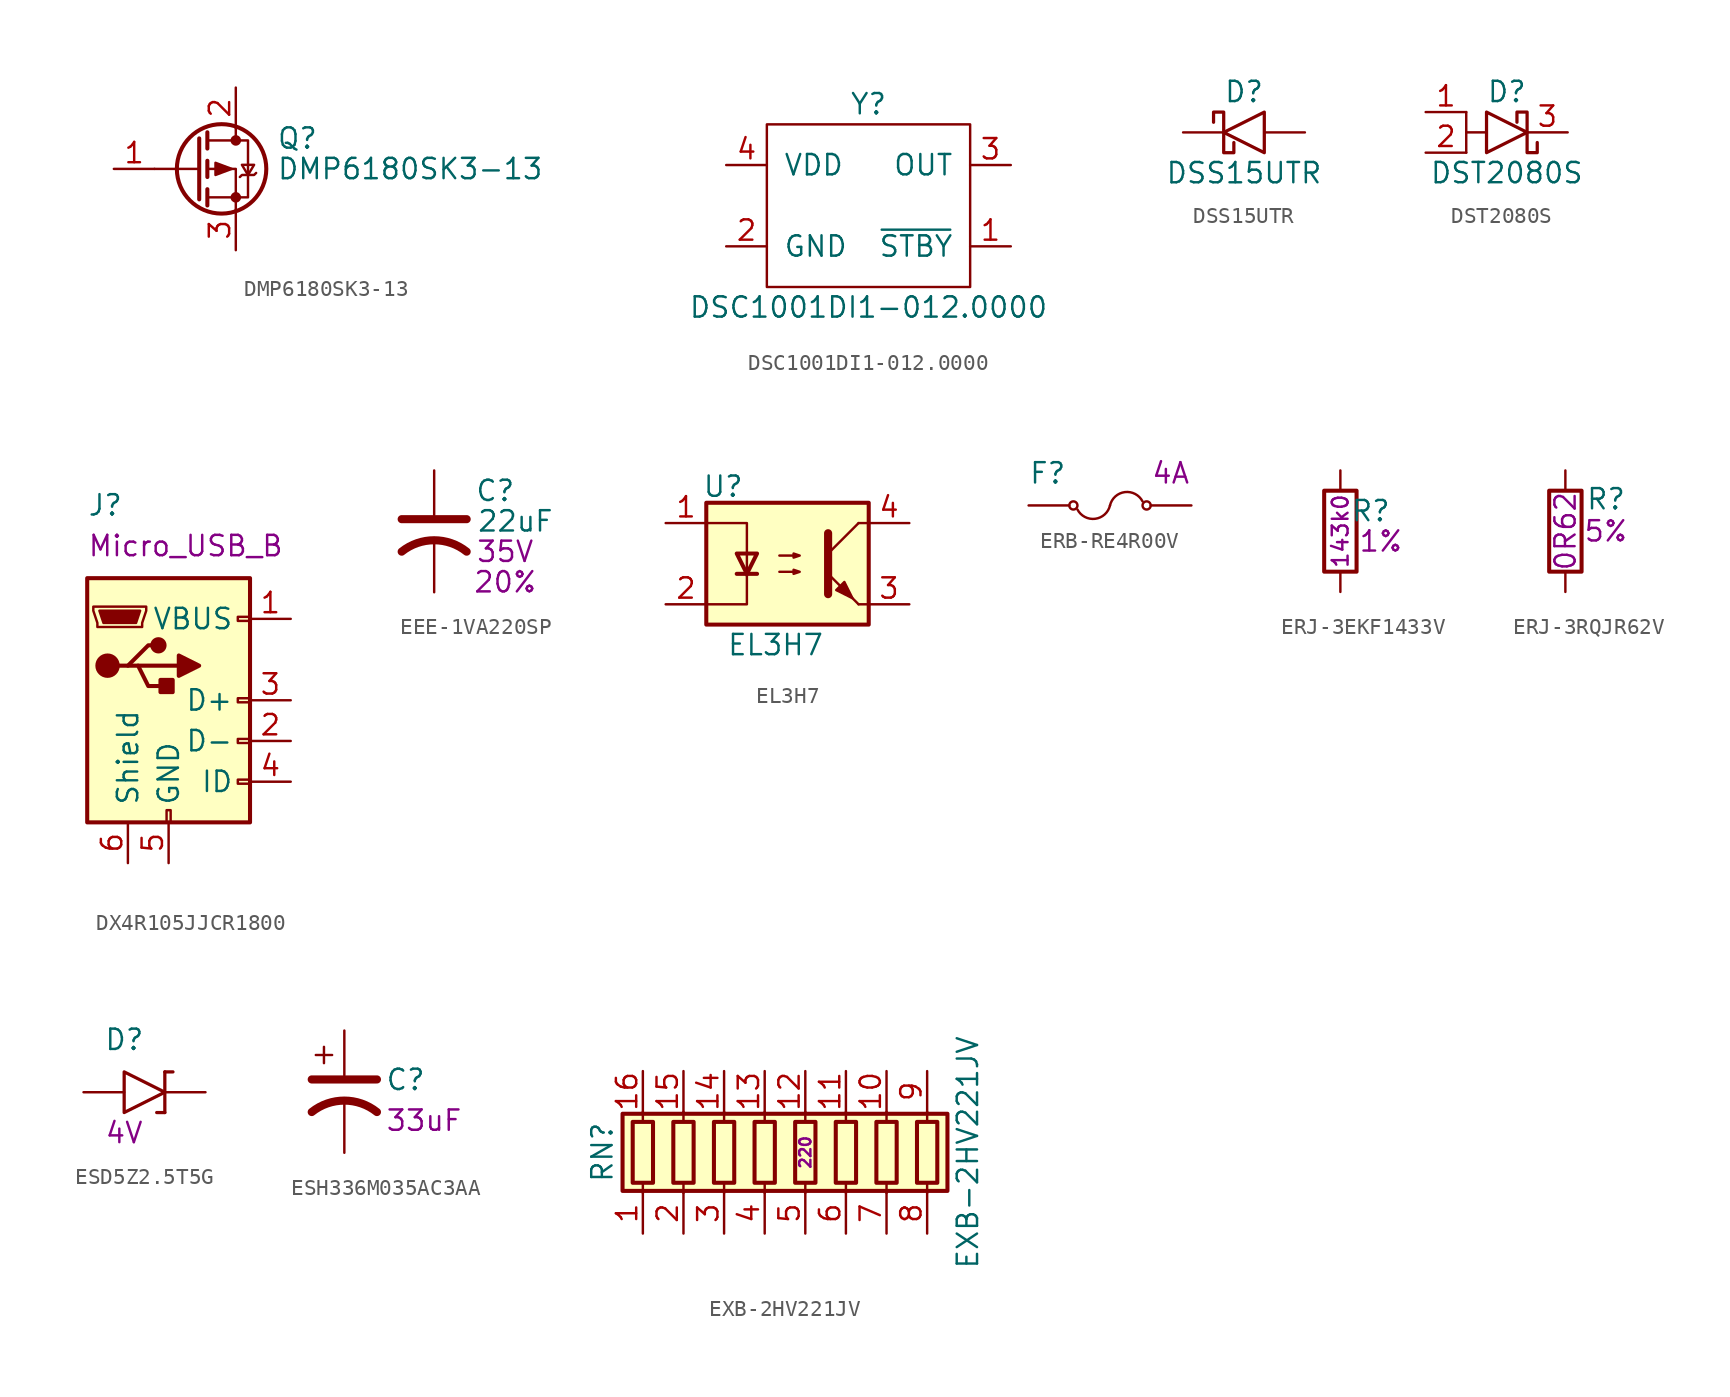
<source format=kicad_sym>
(kicad_symbol_lib
  (version 20210619)
  (generator kicad_symbol_editor)
  (symbol "custom:DMP6180SK3-13"
    (pin_names hide)
    (property "Reference" "Q"
      (at 5.08 1.905 0)
      (effects (font (size 1.27 1.27)) (justify left)))
    (property "Value" "DMP6180SK3-13"
      (at 5.08 0 0)
      (effects (font (size 1.27 1.27)) (justify left)))
    (symbol "DMP6180SK3-13_0_1"
      (circle (center 1.651 0) (radius 2.794) (stroke (width 0.254)) (fill (type none)))
      (circle (center 2.54 -1.778) (radius 0.254) (stroke (width 0)) (fill (type outline)))
      (circle (center 2.54 1.778) (radius 0.254) (stroke (width 0)) (fill (type outline)))
      (polyline (pts (xy 0.254 0) (xy -2.54 0)) (stroke (width 0)) (fill (type none)))
      (polyline (pts (xy 0.254 1.905) (xy 0.254 -1.905)) (stroke (width 0.254)) (fill (type none)))
      (polyline (pts (xy 0.762 -1.27) (xy 0.762 -2.286)) (stroke (width 0.254)) (fill (type none)))
      (polyline (pts (xy 0.762 0.508) (xy 0.762 -0.508)) (stroke (width 0.254)) (fill (type none)))
      (polyline (pts (xy 0.762 2.286) (xy 0.762 1.27)) (stroke (width 0.254)) (fill (type none)))
      (polyline (pts (xy 2.54 2.54) (xy 2.54 1.778)) (stroke (width 0)) (fill (type none)))
      (polyline (pts (xy 2.54 -2.54) (xy 2.54 0) (xy 0.762 0)) (stroke (width 0)) (fill (type none)))
      (polyline (pts (xy 0.762 1.778) (xy 3.302 1.778) (xy 3.302 -1.778) (xy 0.762 -1.778)) (stroke (width 0)) (fill (type none)))
      (polyline (pts (xy 2.794 -0.508) (xy 2.921 -0.381) (xy 3.683 -0.381) (xy 3.81 -0.254)) (stroke (width 0)) (fill (type none)))
      (polyline (pts (xy 3.302 -0.381) (xy 2.921 0.254) (xy 3.683 0.254) (xy 3.302 -0.381)) (stroke (width 0)) (fill (type none)))
      (polyline (pts (xy 2.286 0) (xy 1.27 0.381) (xy 1.27 -0.381) (xy 2.286 0)) (stroke (width 0)) (fill (type outline))))
    (symbol "DMP6180SK3-13_1_1"
      (pin input line (at -5.08 0 0) (length 2.54) (name "G" (effects (font (size 1.27 1.27)))) (number "1" (effects (font (size 1.27 1.27)))))
      (pin passive line (at 2.54 5.08 270) (length 2.54) (name "D" (effects (font (size 1.27 1.27)))) (number "2" (effects (font (size 1.27 1.27)))))
      (pin passive line (at 2.54 -5.08 90) (length 2.54) (name "S" (effects (font (size 1.27 1.27)))) (number "3" (effects (font (size 1.27 1.27)))))))
  (symbol "custom:DSC1001DI1-012.0000"
    (pin_names
      (offset 1.016))
    (property "Reference" "Y"
      (at 0 6.35 0)
      (effects (font (size 1.27 1.27))))
    (property "Value" "DSC1001DI1-012.0000"
      (at 0 -6.35 0)
      (effects (font (size 1.27 1.27))))
    (symbol "DSC1001DI1-012.0000_0_1"
      (rectangle (start -6.35 5.08) (end 6.35 -5.08) (stroke (width 0)) (fill (type none))))
    (symbol "DSC1001DI1-012.0000_1_1"
      (pin input line (at 8.89 -2.54 180) (length 2.54) (name "~{STBY}" (effects (font (size 1.27 1.27)))) (number "1" (effects (font (size 1.27 1.27)))))
      (pin power_in line (at -8.89 -2.54 0) (length 2.54) (name "GND" (effects (font (size 1.27 1.27)))) (number "2" (effects (font (size 1.27 1.27)))))
      (pin output line (at 8.89 2.54 180) (length 2.54) (name "OUT" (effects (font (size 1.27 1.27)))) (number "3" (effects (font (size 1.27 1.27)))))
      (pin power_in line (at -8.89 2.54 0) (length 2.54) (name "VDD" (effects (font (size 1.27 1.27)))) (number "4" (effects (font (size 1.27 1.27)))))))
  (symbol "custom:DSS15UTR"
    (pin_numbers hide)
    (pin_names
      (offset 1.016) hide)
    (property "Reference" "D"
      (at 0 2.54 0)
      (effects (font (size 1.27 1.27))))
    (property "Value" "DSS15UTR"
      (at 0 -2.54 0)
      (effects (font (size 1.27 1.27))))
    (symbol "DSS15UTR_0_1"
      (polyline (pts (xy 1.27 1.27) (xy 1.27 -1.27) (xy -1.27 0) (xy 1.27 1.27)) (stroke (width 0.203)) (fill (type none)))
      (polyline (pts (xy -1.905 0.635) (xy -1.905 1.27) (xy -1.27 1.27) (xy -1.27 -1.27) (xy -0.635 -1.27) (xy -0.635 -0.635)) (stroke (width 0.203)) (fill (type none))))
    (symbol "DSS15UTR_1_1"
      (pin passive line (at -3.81 0 0) (length 2.54) (name "K" (effects (font (size 1.27 1.27)))) (number "1" (effects (font (size 1.27 1.27)))))
      (pin passive line (at 3.81 0 180) (length 2.54) (name "A" (effects (font (size 1.27 1.27)))) (number "2" (effects (font (size 1.27 1.27)))))))
  (symbol "custom:DST2080S"
    (pin_names
      (offset 1.016) hide)
    (property "Reference" "D"
      (at 0 2.54 0)
      (effects (font (size 1.27 1.27))))
    (property "Value" "DST2080S"
      (at 0 -2.54 0)
      (effects (font (size 1.27 1.27))))
    (symbol "DST2080S_0_1"
      (polyline (pts (xy -2.54 0) (xy -2.54 -1.27)) (stroke (width 0)) (fill (type none)))
      (polyline (pts (xy -1.27 0) (xy -2.54 0) (xy -2.54 1.27)) (stroke (width 0)) (fill (type none)))
      (polyline (pts (xy -1.27 1.27) (xy -1.27 -1.27) (xy 1.27 0) (xy -1.27 1.27)) (stroke (width 0.203)) (fill (type none)))
      (polyline (pts (xy 0.635 0.635) (xy 0.635 1.27) (xy 1.27 1.27) (xy 1.27 -1.27) (xy 1.905 -1.27) (xy 1.905 -0.635)) (stroke (width 0.203)) (fill (type none))))
    (symbol "DST2080S_1_1"
      (pin input line (at -5.08 1.27 0) (length 2.54) (name "A1" (effects (font (size 1.27 1.27)))) (number "1" (effects (font (size 1.27 1.27)))))
      (pin input line (at -5.08 -1.27 0) (length 2.54) (name "A2" (effects (font (size 1.27 1.27)))) (number "2" (effects (font (size 1.27 1.27)))))
      (pin output line (at 3.81 0 180) (length 2.54) (name "K" (effects (font (size 1.27 1.27)))) (number "3" (effects (font (size 1.27 1.27)))))))
  (symbol "custom:DX4R105JJCR1800"
    (pin_names
      (offset 1.016))
    (property "Reference" "J"
      (at -5.08 11.43 0)
      (effects (font (size 1.27 1.27)) (justify left bottom)))
    (property "Description" "Micro_USB_B"
      (at -5.08 8.89 0)
      (effects (font (size 1.27 1.27)) (justify left bottom)))
    (symbol "DX4R105JJCR1800_0_1"
      (circle (center -3.81 2.159) (radius 0.635) (stroke (width 0.254)) (fill (type outline)))
      (circle (center -0.635 3.429) (radius 0.381) (stroke (width 0.254)) (fill (type outline)))
      (rectangle (start -0.127 -7.62) (end 0.127 -6.858) (stroke (width 0)) (fill (type none)))
      (rectangle (start 5.08 -5.207) (end 4.318 -4.953) (stroke (width 0)) (fill (type none)))
      (rectangle (start 5.08 -2.667) (end 4.318 -2.413) (stroke (width 0)) (fill (type none)))
      (rectangle (start 5.08 -0.127) (end 4.318 0.127) (stroke (width 0)) (fill (type none)))
      (rectangle (start 5.08 4.953) (end 4.318 5.207) (stroke (width 0)) (fill (type none)))
      (rectangle (start 0.254 1.27) (end -0.508 0.508) (stroke (width 0.254)) (fill (type outline)))
      (rectangle (start -5.08 -7.62) (end 5.08 7.62) (stroke (width 0.254)) (fill (type background)))
      (polyline (pts (xy -1.905 2.159) (xy 0.635 2.159)) (stroke (width 0.254)) (fill (type none)))
      (polyline (pts (xy -3.175 2.159) (xy -2.54 2.159) (xy -1.27 3.429) (xy -0.635 3.429)) (stroke (width 0.254)) (fill (type none)))
      (polyline (pts (xy -2.54 2.159) (xy -1.905 2.159) (xy -1.27 0.889) (xy 0 0.889)) (stroke (width 0.254)) (fill (type none)))
      (polyline (pts (xy -4.699 5.842) (xy -4.699 5.588) (xy -4.445 4.826) (xy -4.445 4.572) (xy -1.651 4.572) (xy -1.651 4.826) (xy -1.397 5.588) (xy -1.397 5.842) (xy -4.699 5.842)) (stroke (width 0)) (fill (type none)))
      (polyline (pts (xy 0.635 2.794) (xy 0.635 1.524) (xy 1.905 2.159) (xy 0.635 2.794)) (stroke (width 0.254)) (fill (type outline)))
      (polyline (pts (xy -4.318 5.588) (xy -1.778 5.588) (xy -2.032 4.826) (xy -4.064 4.826) (xy -4.318 5.588)) (stroke (width 0)) (fill (type outline))))
    (symbol "DX4R105JJCR1800_1_1"
      (pin power_out line (at 7.62 5.08 180) (length 2.54) (name "VBUS" (effects (font (size 1.27 1.27)))) (number "1" (effects (font (size 1.27 1.27)))))
      (pin passive line (at 7.62 -2.54 180) (length 2.54) (name "D-" (effects (font (size 1.27 1.27)))) (number "2" (effects (font (size 1.27 1.27)))))
      (pin passive line (at 7.62 0 180) (length 2.54) (name "D+" (effects (font (size 1.27 1.27)))) (number "3" (effects (font (size 1.27 1.27)))))
      (pin passive line (at 7.62 -5.08 180) (length 2.54) (name "ID" (effects (font (size 1.27 1.27)))) (number "4" (effects (font (size 1.27 1.27)))))
      (pin power_out line (at 0 -10.16 90) (length 2.54) (name "GND" (effects (font (size 1.27 1.27)))) (number "5" (effects (font (size 1.27 1.27)))))
      (pin passive line (at -2.54 -10.16 90) (length 2.54) (name "Shield" (effects (font (size 1.27 1.27)))) (number "6" (effects (font (size 1.27 1.27)))))))
  (symbol "custom:EEE-1VA220SP"
    (pin_numbers hide)
    (pin_names
      (offset 0.254) hide)
    (property "Reference" "C"
      (at 2.54 2.54 0)
      (effects (font (size 1.27 1.27)) (justify left)))
    (property "VALUE" "22uF"
      (at 5.08 0.635 0)
      (effects (font (size 1.27 1.27))))
    (property "TOLERANCE" "20%"
      (at 4.445 -3.175 0)
      (effects (font (size 1.27 1.27))))
    (property "RATING" "35V"
      (at 4.445 -1.27 0)
      (effects (font (size 1.27 1.27))))
    (symbol "EEE-1VA220SP_0_1"
      (arc (start -2.032 -1.27) (end 2.032 -1.27) (radius (at 0 -3.81) (length 3.2512) (angles 128.7 51.3)) (stroke (width 0.508)) (fill (type none)))
      (polyline (pts (xy -2.032 0.762) (xy 2.032 0.762)) (stroke (width 0.508)) (fill (type none))))
    (symbol "EEE-1VA220SP_1_1"
      (pin passive line (at 0 3.81 270) (length 2.794) (name "~" (effects (font (size 1.27 1.27)))) (number "1" (effects (font (size 1.27 1.27)))))
      (pin passive line (at 0 -3.81 90) (length 3.302) (name "~" (effects (font (size 1.27 1.27)))) (number "2" (effects (font (size 1.27 1.27)))))))
  (symbol "custom:EL3H7"
    (pin_names
      (offset 1.016))
    (property "Reference" "U"
      (at -5.334 4.826 0)
      (effects (font (size 1.27 1.27)) (justify left)))
    (property "Value" "EL3H7"
      (at -3.81 -5.08 0)
      (effects (font (size 1.27 1.27)) (justify left)))
    (symbol "EL3H7_0_1"
      (rectangle (start -5.08 3.81) (end 5.08 -3.81) (stroke (width 0.254)) (fill (type background)))
      (polyline (pts (xy -3.175 -0.635) (xy -1.905 -0.635)) (stroke (width 0.254)) (fill (type none)))
      (polyline (pts (xy 2.54 0.635) (xy 4.445 2.54)) (stroke (width 0)) (fill (type none)))
      (polyline (pts (xy 4.445 -2.54) (xy 5.08 -2.54)) (stroke (width 0)) (fill (type none)))
      (polyline (pts (xy 4.445 2.54) (xy 5.08 2.54)) (stroke (width 0)) (fill (type none)))
      (polyline (pts (xy -5.08 2.54) (xy -2.54 2.54) (xy -2.54 -0.762)) (stroke (width 0)) (fill (type none)))
      (polyline (pts (xy -2.54 -0.635) (xy -2.54 -2.54) (xy -5.08 -2.54)) (stroke (width 0)) (fill (type none)))
      (polyline (pts (xy 2.54 1.905) (xy 2.54 -1.905) (xy 2.54 -1.905)) (stroke (width 0.508)) (fill (type none)))
      (polyline (pts (xy -2.54 -0.635) (xy -3.175 0.635) (xy -1.905 0.635) (xy -2.54 -0.635)) (stroke (width 0.254)) (fill (type none)))
      (polyline (pts (xy -0.508 -0.508) (xy 0.762 -0.508) (xy 0.381 -0.635) (xy 0.381 -0.381) (xy 0.762 -0.508)) (stroke (width 0)) (fill (type none)))
      (polyline (pts (xy -0.508 0.508) (xy 0.762 0.508) (xy 0.381 0.381) (xy 0.381 0.635) (xy 0.762 0.508)) (stroke (width 0)) (fill (type none)))
      (polyline (pts (xy 4.445 -2.54) (xy 2.54 -0.635)) (stroke (width 0)) (fill (type outline)))
      (polyline (pts (xy 3.048 -1.651) (xy 3.556 -1.143) (xy 4.064 -2.159) (xy 3.048 -1.651) (xy 3.048 -1.651)) (stroke (width 0)) (fill (type outline))))
    (symbol "EL3H7_1_1"
      (pin passive line (at -7.62 2.54 0) (length 2.54) (name "~" (effects (font (size 1.27 1.27)))) (number "1" (effects (font (size 1.27 1.27)))))
      (pin passive line (at -7.62 -2.54 0) (length 2.54) (name "~" (effects (font (size 1.27 1.27)))) (number "2" (effects (font (size 1.27 1.27)))))
      (pin passive line (at 7.62 -2.54 180) (length 2.54) (name "~" (effects (font (size 1.27 1.27)))) (number "3" (effects (font (size 1.27 1.27)))))
      (pin passive line (at 7.62 2.54 180) (length 2.54) (name "~" (effects (font (size 1.27 1.27)))) (number "4" (effects (font (size 1.27 1.27)))))))
  (symbol "custom:ERB-RE4R00V"
    (pin_numbers hide)
    (pin_names
      (offset 1.016) hide)
    (property "Reference" "F"
      (at -5.08 1.27 0)
      (effects (font (size 1.27 1.27)) (justify left bottom)))
    (property "rating" "4A"
      (at 2.54 1.27 0)
      (effects (font (size 1.27 1.27)) (justify left bottom)))
    (symbol "ERB-RE4R00V_0_1"
      (arc (start -2.032 -0.254) (end 0 0) (radius (at -1.0668 0.254) (length 1.0922) (angles -152.2 -13.4)) (stroke (width 0)) (fill (type none)))
      (arc (start 0 0) (end 2.032 0.254) (radius (at 1.0668 -0.254) (length 1.0922) (angles 166.6 27.8)) (stroke (width 0)) (fill (type none)))
      (circle (center -2.286 0) (radius 0.254) (stroke (width 0)) (fill (type none)))
      (circle (center 2.286 0) (radius 0.254) (stroke (width 0)) (fill (type none))))
    (symbol "ERB-RE4R00V_1_1"
      (pin passive line (at -5.08 0 0) (length 2.54) (name "~" (effects (font (size 1.27 1.27)))) (number "1" (effects (font (size 1.27 1.27)))))
      (pin passive line (at 5.08 0 180) (length 2.54) (name "~" (effects (font (size 1.27 1.27)))) (number "2" (effects (font (size 1.27 1.27)))))))
  (symbol "custom:ERJ-3EKF1433V"
    (pin_numbers hide)
    (pin_names
      (offset 0))
    (property "Reference" "R"
      (at 1.905 1.27 0)
      (effects (font (size 1.27 1.27))))
    (property "TOLERANCE" "1%"
      (at 2.54 -0.635 0)
      (effects (font (size 1.27 1.27))))
    (property "RESISTANCE" "143k0"
      (at 0 0 90)
      (effects (font (size 0.991 0.991))))
    (symbol "ERJ-3EKF1433V_0_1"
      (rectangle (start -1.016 -2.54) (end 1.016 2.54) (stroke (width 0.254)) (fill (type none))))
    (symbol "ERJ-3EKF1433V_1_1"
      (pin passive line (at 0 3.81 270) (length 1.27) (name "~" (effects (font (size 1.27 1.27)))) (number "1" (effects (font (size 1.27 1.27)))))
      (pin passive line (at 0 -3.81 90) (length 1.27) (name "~" (effects (font (size 1.27 1.27)))) (number "2" (effects (font (size 1.27 1.27)))))))
  (symbol "custom:ERJ-3RQJR62V"
    (pin_numbers hide)
    (pin_names
      (offset 0))
    (property "Reference" "R"
      (at 1.27 1.27 0)
      (effects (font (size 1.27 1.27)) (justify left bottom)))
    (property "Resistance" "0R62"
      (at 0 0 90)
      (effects (font (size 1.27 1.27))))
    (property "TOLERANCE" "5%"
      (at 2.54 0 0)
      (effects (font (size 1.27 1.27))))
    (symbol "ERJ-3RQJR62V_0_1"
      (rectangle (start -1.016 -2.54) (end 1.016 2.54) (stroke (width 0.254)) (fill (type none))))
    (symbol "ERJ-3RQJR62V_1_1"
      (pin passive line (at 0 3.81 270) (length 1.27) (name "~" (effects (font (size 1.27 1.27)))) (number "1" (effects (font (size 1.27 1.27)))))
      (pin passive line (at 0 -3.81 90) (length 1.27) (name "~" (effects (font (size 1.27 1.27)))) (number "2" (effects (font (size 1.27 1.27)))))))
  (symbol "custom:ESD5Z2.5T5G"
    (pin_numbers hide)
    (pin_names
      (offset 1.016) hide)
    (property "Reference" "D"
      (at -2.54 2.54 0)
      (effects (font (size 1.27 1.27)) (justify left bottom)))
    (property "Rating" "4V"
      (at -1.27 -2.54 0)
      (effects (font (size 1.27 1.27))))
    (symbol "ESD5Z2.5T5G_0_1"
      (polyline (pts (xy 1.27 -1.27) (xy 0.762 -1.27)) (stroke (width 0.203)) (fill (type none)))
      (polyline (pts (xy 1.27 1.27) (xy 1.27 -1.27)) (stroke (width 0.203)) (fill (type none)))
      (polyline (pts (xy 1.27 1.27) (xy 1.778 1.27)) (stroke (width 0.203)) (fill (type none)))
      (polyline (pts (xy -1.27 1.27) (xy -1.27 -1.27) (xy 1.27 0) (xy -1.27 1.27)) (stroke (width 0.203)) (fill (type none))))
    (symbol "ESD5Z2.5T5G_1_1"
      (pin passive line (at 3.81 0 180) (length 2.54) (name "K" (effects (font (size 1.27 1.27)))) (number "1" (effects (font (size 1.27 1.27)))))
      (pin passive line (at -3.81 0 0) (length 2.54) (name "A" (effects (font (size 1.27 1.27)))) (number "2" (effects (font (size 1.27 1.27)))))))
  (symbol "custom:ESH336M035AC3AA"
    (pin_numbers hide)
    (pin_names
      (offset 0.254) hide)
    (property "Reference" "C"
      (at 2.54 0 0)
      (effects (font (size 1.27 1.27)) (justify left bottom)))
    (property "capacitance" "33uF"
      (at 2.54 -2.54 0)
      (effects (font (size 1.27 1.27)) (justify left bottom)))
    (symbol "ESH336M035AC3AA_1_1"
      (arc (start -2.032 -1.27) (end 2.032 -1.27) (radius (at 0 -3.81) (length 3.2512) (angles 128.7 51.3)) (stroke (width 0.508)) (fill (type none)))
      (polyline (pts (xy -2.032 0.762) (xy 2.032 0.762)) (stroke (width 0.508)) (fill (type none)))
      (polyline (pts (xy -1.778 2.286) (xy -0.762 2.286)) (stroke (width 0)) (fill (type none)))
      (polyline (pts (xy -1.27 1.778) (xy -1.27 2.794)) (stroke (width 0)) (fill (type none)))
      (pin passive line (at 0 3.81 270) (length 2.794) (name "~" (effects (font (size 1.27 1.27)))) (number "1" (effects (font (size 1.27 1.27)))))
      (pin passive line (at 0 -3.81 90) (length 3.302) (name "~" (effects (font (size 1.27 1.27)))) (number "2" (effects (font (size 1.27 1.27)))))))
  (symbol "custom:EXB-2HV221JV"
    (pin_names
      (offset 0) hide)
    (property "Reference" "RN"
      (at -12.7 0 90)
      (effects (font (size 1.27 1.27))))
    (property "Value" "EXB-2HV221JV"
      (at 10.16 0 90)
      (effects (font (size 1.27 1.27))))
    (property "Datasheet" "${DATASHEET}/AOC0000C14.pdf"
      (at -1.27 -19.05 0)
      (effects (font (size 1.27 1.27)) hide))
    (property "RESISTANCE" "220"
      (at 0 0 90)
      (effects (font (size 0.7 0.7))))
    (symbol "EXB-2HV221JV_0_1"
      (rectangle (start -10.795 1.905) (end -9.525 -1.905) (stroke (width 0.254)) (fill (type none)))
      (rectangle (start -8.255 1.905) (end -6.985 -1.905) (stroke (width 0.254)) (fill (type none)))
      (rectangle (start -5.715 1.905) (end -4.445 -1.905) (stroke (width 0.254)) (fill (type none)))
      (rectangle (start -3.175 1.905) (end -1.905 -1.905) (stroke (width 0.254)) (fill (type none)))
      (rectangle (start -0.635 1.905) (end 0.635 -1.905) (stroke (width 0.254)) (fill (type none)))
      (rectangle (start 1.905 1.905) (end 3.175 -1.905) (stroke (width 0.254)) (fill (type none)))
      (rectangle (start 4.445 1.905) (end 5.715 -1.905) (stroke (width 0.254)) (fill (type none)))
      (rectangle (start 6.985 1.905) (end 8.255 -1.905) (stroke (width 0.254)) (fill (type none)))
      (rectangle (start -11.43 -2.413) (end 8.89 2.413) (stroke (width 0.254)) (fill (type background)))
      (polyline (pts (xy -10.16 -2.54) (xy -10.16 -1.905)) (stroke (width 0)) (fill (type none)))
      (polyline (pts (xy -10.16 1.905) (xy -10.16 2.54)) (stroke (width 0)) (fill (type none)))
      (polyline (pts (xy -7.62 -2.54) (xy -7.62 -1.905)) (stroke (width 0)) (fill (type none)))
      (polyline (pts (xy -7.62 1.905) (xy -7.62 2.54)) (stroke (width 0)) (fill (type none)))
      (polyline (pts (xy -5.08 -2.54) (xy -5.08 -1.905)) (stroke (width 0)) (fill (type none)))
      (polyline (pts (xy -5.08 1.905) (xy -5.08 2.54)) (stroke (width 0)) (fill (type none)))
      (polyline (pts (xy -2.54 -2.54) (xy -2.54 -1.905)) (stroke (width 0)) (fill (type none)))
      (polyline (pts (xy -2.54 1.905) (xy -2.54 2.54)) (stroke (width 0)) (fill (type none)))
      (polyline (pts (xy 0 -2.54) (xy 0 -1.905)) (stroke (width 0)) (fill (type none)))
      (polyline (pts (xy 0 1.905) (xy 0 2.54)) (stroke (width 0)) (fill (type none)))
      (polyline (pts (xy 2.54 -2.54) (xy 2.54 -1.905)) (stroke (width 0)) (fill (type none)))
      (polyline (pts (xy 2.54 1.905) (xy 2.54 2.54)) (stroke (width 0)) (fill (type none)))
      (polyline (pts (xy 5.08 -2.54) (xy 5.08 -1.905)) (stroke (width 0)) (fill (type none)))
      (polyline (pts (xy 5.08 1.905) (xy 5.08 2.54)) (stroke (width 0)) (fill (type none)))
      (polyline (pts (xy 7.62 -2.54) (xy 7.62 -1.905)) (stroke (width 0)) (fill (type none)))
      (polyline (pts (xy 7.62 1.905) (xy 7.62 2.54)) (stroke (width 0)) (fill (type none))))
    (symbol "EXB-2HV221JV_1_1"
      (pin passive line (at -10.16 -5.08 90) (length 2.54) (name "R1.1" (effects (font (size 1.27 1.27)))) (number "1" (effects (font (size 1.27 1.27)))))
      (pin passive line (at 5.08 5.08 270) (length 2.54) (name "R7.2" (effects (font (size 1.27 1.27)))) (number "10" (effects (font (size 1.27 1.27)))))
      (pin passive line (at 2.54 5.08 270) (length 2.54) (name "R6.2" (effects (font (size 1.27 1.27)))) (number "11" (effects (font (size 1.27 1.27)))))
      (pin passive line (at 0 5.08 270) (length 2.54) (name "R5.2" (effects (font (size 1.27 1.27)))) (number "12" (effects (font (size 1.27 1.27)))))
      (pin passive line (at -2.54 5.08 270) (length 2.54) (name "R4.2" (effects (font (size 1.27 1.27)))) (number "13" (effects (font (size 1.27 1.27)))))
      (pin passive line (at -5.08 5.08 270) (length 2.54) (name "R3.2" (effects (font (size 1.27 1.27)))) (number "14" (effects (font (size 1.27 1.27)))))
      (pin passive line (at -7.62 5.08 270) (length 2.54) (name "R2.2" (effects (font (size 1.27 1.27)))) (number "15" (effects (font (size 1.27 1.27)))))
      (pin passive line (at -10.16 5.08 270) (length 2.54) (name "R1.2" (effects (font (size 1.27 1.27)))) (number "16" (effects (font (size 1.27 1.27)))))
      (pin passive line (at -7.62 -5.08 90) (length 2.54) (name "R2.1" (effects (font (size 1.27 1.27)))) (number "2" (effects (font (size 1.27 1.27)))))
      (pin passive line (at -5.08 -5.08 90) (length 2.54) (name "R3.1" (effects (font (size 1.27 1.27)))) (number "3" (effects (font (size 1.27 1.27)))))
      (pin passive line (at -2.54 -5.08 90) (length 2.54) (name "R4.1" (effects (font (size 1.27 1.27)))) (number "4" (effects (font (size 1.27 1.27)))))
      (pin passive line (at 0 -5.08 90) (length 2.54) (name "R5.1" (effects (font (size 1.27 1.27)))) (number "5" (effects (font (size 1.27 1.27)))))
      (pin passive line (at 2.54 -5.08 90) (length 2.54) (name "R6.1" (effects (font (size 1.27 1.27)))) (number "6" (effects (font (size 1.27 1.27)))))
      (pin passive line (at 5.08 -5.08 90) (length 2.54) (name "R7.1" (effects (font (size 1.27 1.27)))) (number "7" (effects (font (size 1.27 1.27)))))
      (pin passive line (at 7.62 -5.08 90) (length 2.54) (name "R8.1" (effects (font (size 1.27 1.27)))) (number "8" (effects (font (size 1.27 1.27)))))
      (pin passive line (at 7.62 5.08 270) (length 2.54) (name "R8.2" (effects (font (size 1.27 1.27)))) (number "9" (effects (font (size 1.27 1.27))))))))
</source>
